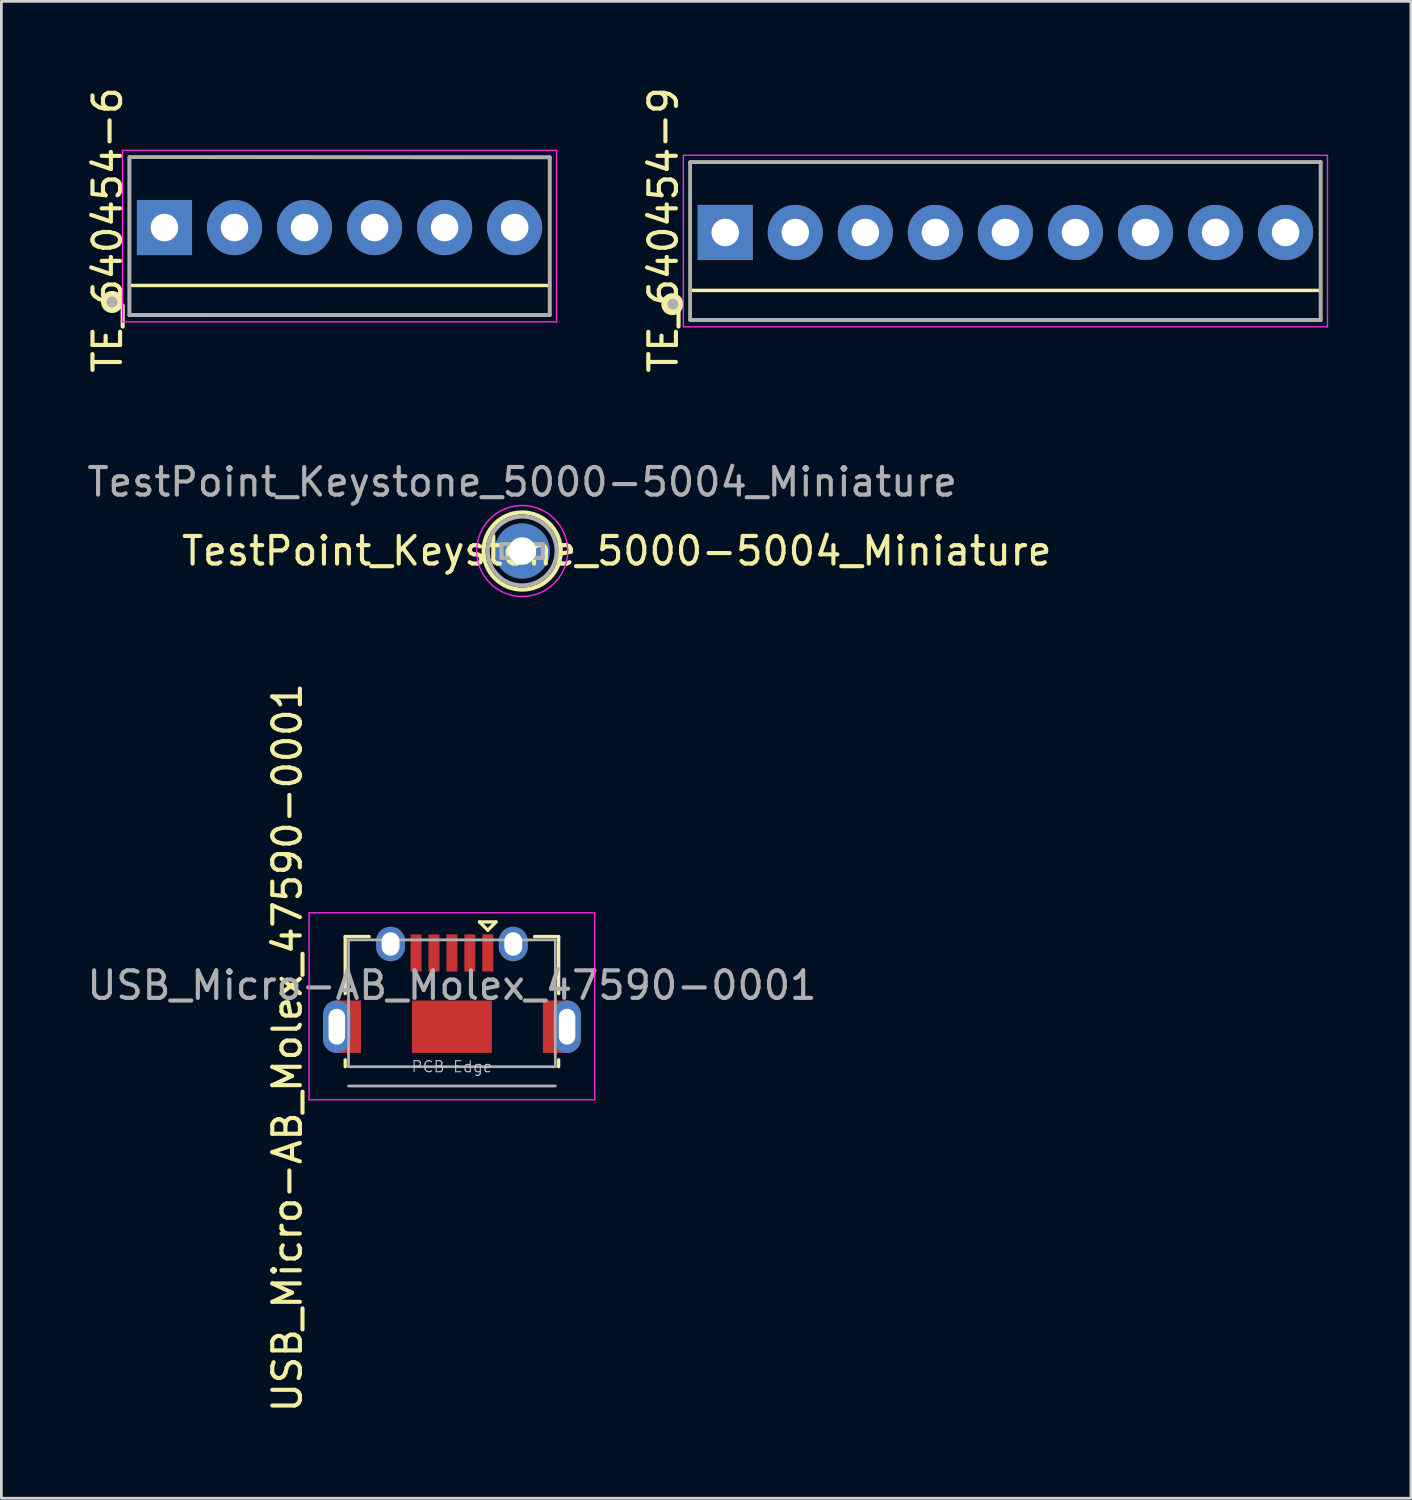
<source format=kicad_pcb>
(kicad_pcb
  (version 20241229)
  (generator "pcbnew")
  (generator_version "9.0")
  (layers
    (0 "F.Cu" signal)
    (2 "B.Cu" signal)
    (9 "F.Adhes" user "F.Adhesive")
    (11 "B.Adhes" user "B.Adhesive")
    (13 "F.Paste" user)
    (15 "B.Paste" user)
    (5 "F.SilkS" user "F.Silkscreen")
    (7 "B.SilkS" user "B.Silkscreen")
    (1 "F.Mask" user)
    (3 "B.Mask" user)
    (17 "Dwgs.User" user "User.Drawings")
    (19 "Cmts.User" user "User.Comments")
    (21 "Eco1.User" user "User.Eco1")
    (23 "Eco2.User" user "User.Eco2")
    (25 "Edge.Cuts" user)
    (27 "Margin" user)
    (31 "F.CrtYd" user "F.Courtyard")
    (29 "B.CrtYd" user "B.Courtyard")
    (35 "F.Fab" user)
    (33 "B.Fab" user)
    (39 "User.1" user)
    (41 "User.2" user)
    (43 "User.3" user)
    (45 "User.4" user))
  (footprint "TE_640454-6"
    (layer "F.Cu")
    (at 2.914 5.202)
    (property "Reference" "TE_640454-6" (at -2.065 0.09 270) (layer "F.SilkS") (effects (font (size 1 1) (thickness 0.15))))
    (attr through_hole)
    (fp_line (start -1.27 3.17) (end -1.27 -2.55) (stroke (width 0.127) (type solid)) (layer "F.SilkS"))
    (fp_line (start 13.97 -2.55) (end -1.27 -2.55) (stroke (width 0.127) (type solid)) (layer "F.SilkS"))
    (fp_line (start 13.97 -2.55) (end 13.97 3.17) (stroke (width 0.127) (type solid)) (layer "F.SilkS"))
    (fp_line (start 13.97 2.1) (end -1.27 2.1) (stroke (width 0.127) (type solid)) (layer "F.SilkS"))
    (fp_line (start 13.97 3.175) (end -1.27 3.17) (stroke (width 0.127) (type solid)) (layer "F.SilkS"))
    (fp_circle (center -1.9 2.7) (end -1.7 2.7) (stroke (width 0.4) (type solid)) (fill no) (layer "F.SilkS"))
    (fp_line (start -1.52 -2.8) (end 14.22 -2.8) (stroke (width 0.05) (type solid)) (layer "F.CrtYd"))
    (fp_line (start -1.52 3.42) (end -1.52 -2.8) (stroke (width 0.05) (type solid)) (layer "F.CrtYd"))
    (fp_line (start 14.22 -2.8) (end 14.22 3.42) (stroke (width 0.05) (type solid)) (layer "F.CrtYd"))
    (fp_line (start 14.22 3.42) (end -1.52 3.42) (stroke (width 0.05) (type solid)) (layer "F.CrtYd"))
    (fp_line (start -1.27 -2.55) (end 13.97 -2.54) (stroke (width 0.127) (type solid)) (layer "F.Fab"))
    (fp_line (start -1.27 3.17) (end -1.27 -2.55) (stroke (width 0.127) (type solid)) (layer "F.Fab"))
    (fp_line (start -1.27 3.17) (end -1.27 3.17) (stroke (width 0.127) (type solid)) (layer "F.Fab"))
    (fp_line (start -1.27 3.17) (end 13.97 3.18) (stroke (width 0.127) (type solid)) (layer "F.Fab"))
    (fp_line (start 13.97 -2.54) (end 13.97 3.18) (stroke (width 0.127) (type solid)) (layer "F.Fab"))
    (fp_line (start 13.97 3.17) (end -1.27 3.17) (stroke (width 0.127) (type solid)) (layer "F.Fab"))
    (fp_circle (center -1.9 2.7) (end -1.8 2.7) (stroke (width 0.2) (type solid)) (fill no) (layer "F.Fab"))
    (pad "1" thru_hole rect (at 0 0) (size 2 2) (drill 1) (layers "*.Cu" "*.Mask"))
    (pad "2" thru_hole circle (at 2.54 0) (size 2 2) (drill 1) (layers "*.Cu" "*.Mask"))
    (pad "3" thru_hole circle (at 5.08 0) (size 2 2) (drill 1) (layers "*.Cu" "*.Mask"))
    (pad "4" thru_hole circle (at 7.62 0) (size 2 2) (drill 1) (layers "*.Cu" "*.Mask"))
    (pad "5" thru_hole circle (at 10.16 0) (size 2 2) (drill 1) (layers "*.Cu" "*.Mask"))
    (pad "6" thru_hole circle (at 12.7 0) (size 2 2) (drill 1) (layers "*.Cu" "*.Mask")))
  (footprint "USB_Micro-AB_Molex_47590-0001"
    (layer "F.Cu")
    (at 13.339 34.184)
    (property "Reference" "USB_Micro-AB_Molex_47590-0001" (at -5.969 0.762 90) (layer "F.SilkS") (effects (font (size 1 1) (thickness 0.15))))
    (attr smd)
    (fp_line (start -3.87 -3.27) (end -3.87 -1.2) (stroke (width 0.12) (type solid)) (layer "F.SilkS"))
    (fp_line (start -3.87 -3.27) (end -3 -3.27) (stroke (width 0.12) (type solid)) (layer "F.SilkS"))
    (fp_line (start -3.87 1.2) (end -3.87 1.45) (stroke (width 0.12) (type solid)) (layer "F.SilkS"))
    (fp_line (start 1 -3.8) (end 1.6 -3.8) (stroke (width 0.12) (type solid)) (layer "F.SilkS"))
    (fp_line (start 1.3 -3.5) (end 1 -3.8) (stroke (width 0.12) (type solid)) (layer "F.SilkS"))
    (fp_line (start 1.3 -3.5) (end 1.6 -3.8) (stroke (width 0.12) (type solid)) (layer "F.SilkS"))
    (fp_line (start 3 -3.27) (end 3.87 -3.27) (stroke (width 0.12) (type solid)) (layer "F.SilkS"))
    (fp_line (start 3.87 -3.27) (end 3.87 -1.2) (stroke (width 0.12) (type solid)) (layer "F.SilkS"))
    (fp_line (start 3.87 1.2) (end 3.87 1.45) (stroke (width 0.12) (type solid)) (layer "F.SilkS"))
    (fp_line (start -5.18 -4.13) (end -5.18 2.65) (stroke (width 0.05) (type solid)) (layer "F.CrtYd"))
    (fp_line (start -5.18 -4.13) (end 5.18 -4.13) (stroke (width 0.05) (type solid)) (layer "F.CrtYd"))
    (fp_line (start -5.18 2.65) (end 5.18 2.65) (stroke (width 0.05) (type solid)) (layer "F.CrtYd"))
    (fp_line (start 5.18 -4.13) (end 5.18 2.65) (stroke (width 0.05) (type solid)) (layer "F.CrtYd"))
    (fp_line (start -3.75 -3.15) (end -3.75 1.45) (stroke (width 0.1) (type solid)) (layer "F.Fab"))
    (fp_line (start -3.75 -3.15) (end 3.75 -3.15) (stroke (width 0.1) (type solid)) (layer "F.Fab"))
    (fp_line (start -3.75 1.45) (end 3.75 1.45) (stroke (width 0.1) (type solid)) (layer "F.Fab"))
    (fp_line (start -3.75 2.15) (end 3.75 2.15) (stroke (width 0.1) (type solid)) (layer "F.Fab"))
    (fp_line (start 3.75 -3.15) (end 3.75 1.45) (stroke (width 0.1) (type solid)) (layer "F.Fab"))
    (fp_text user "PCB Edge" (at 0 1.45 180) (layer "Dwgs.User") (effects (font (size 0.4 0.4) (thickness 0.04))))
    (fp_text user "${REFERENCE}" (at 0 -1.5 180) (layer "F.Fab") (effects (font (size 1 1) (thickness 0.15))))
    (pad "" smd rect (at -3.5 0) (size 0.3 0.85) (layers "F.Paste"))
    (pad "" smd rect (at 3.5 0) (size 0.3 0.85) (layers "F.Paste"))
    (pad "1" smd rect (at 1.3 -2.675) (size 0.4 1.35) (layers "F.Cu" "F.Mask" "F.Paste"))
    (pad "2" smd rect (at 0.65 -2.675) (size 0.4 1.35) (layers "F.Cu" "F.Mask" "F.Paste"))
    (pad "3" smd rect (at 0 -2.675) (size 0.4 1.35) (layers "F.Cu" "F.Mask" "F.Paste"))
    (pad "4" smd rect (at -0.65 -2.675) (size 0.4 1.35) (layers "F.Cu" "F.Mask" "F.Paste"))
    (pad "5" smd rect (at -1.3 -2.675) (size 0.4 1.35) (layers "F.Cu" "F.Mask" "F.Paste"))
    (pad "6" thru_hole oval (at -4.175 0) (size 1 1.9) (drill oval 0.6 1.3) (layers "*.Cu" "*.Mask"))
    (pad "6" smd rect (at -3.737 0) (size 0.875 1.9) (layers "F.Cu" "F.Mask"))
    (pad "6" thru_hole oval (at -2.225 -3) (size 1.05 1.25) (drill oval 0.65 0.85) (layers "*.Cu" "*.Mask"))
    (pad "6" smd rect (at 0 0) (size 2.9 1.9) (layers "F.Cu" "F.Mask" "F.Paste"))
    (pad "6" thru_hole oval (at 2.225 -3) (size 1.05 1.25) (drill oval 0.65 0.85) (layers "*.Cu" "*.Mask"))
    (pad "6" smd rect (at 3.737 0) (size 0.875 1.9) (layers "F.Cu" "F.Mask"))
    (pad "6" thru_hole oval (at 4.175 0) (size 1 1.9) (drill oval 0.6 1.3) (layers "*.Cu" "*.Mask")))
  (footprint "TE_640454-9"
    (layer "F.Cu")
    (at 23.252 5.381)
    (property "Reference" "TE_640454-9" (at -2.245 -0.09 270) (layer "F.SilkS") (effects (font (size 1 1) (thickness 0.15))))
    (attr through_hole)
    (fp_line (start -1.27 3.17) (end -1.27 -2.55) (stroke (width 0.127) (type solid)) (layer "F.SilkS"))
    (fp_line (start 21.59 -2.55) (end -1.27 -2.55) (stroke (width 0.127) (type solid)) (layer "F.SilkS"))
    (fp_line (start 21.59 -2.55) (end 21.59 3.17) (stroke (width 0.127) (type solid)) (layer "F.SilkS"))
    (fp_line (start 21.59 2.1) (end -1.27 2.1) (stroke (width 0.127) (type solid)) (layer "F.SilkS"))
    (fp_line (start 21.59 3.17) (end -1.27 3.17) (stroke (width 0.127) (type solid)) (layer "F.SilkS"))
    (fp_circle (center -1.92 2.6) (end -1.72 2.6) (stroke (width 0.4) (type solid)) (fill no) (layer "F.SilkS"))
    (fp_line (start -1.52 -2.8) (end 21.84 -2.8) (stroke (width 0.05) (type solid)) (layer "F.CrtYd"))
    (fp_line (start -1.52 3.42) (end -1.52 -2.8) (stroke (width 0.05) (type solid)) (layer "F.CrtYd"))
    (fp_line (start 21.84 -2.8) (end 21.84 3.42) (stroke (width 0.05) (type solid)) (layer "F.CrtYd"))
    (fp_line (start 21.84 3.42) (end -1.52 3.42) (stroke (width 0.05) (type solid)) (layer "F.CrtYd"))
    (fp_line (start -1.27 -2.55) (end 21.59 -2.55) (stroke (width 0.127) (type solid)) (layer "F.Fab"))
    (fp_line (start -1.27 3.17) (end -1.27 -2.55) (stroke (width 0.127) (type solid)) (layer "F.Fab"))
    (fp_line (start -1.27 3.17) (end -1.27 3.17) (stroke (width 0.127) (type solid)) (layer "F.Fab"))
    (fp_line (start -1.27 3.17) (end 21.59 3.17) (stroke (width 0.127) (type solid)) (layer "F.Fab"))
    (fp_line (start 21.59 -2.55) (end 21.59 3.17) (stroke (width 0.127) (type solid)) (layer "F.Fab"))
    (fp_line (start 21.59 3.17) (end -1.27 3.17) (stroke (width 0.127) (type solid)) (layer "F.Fab"))
    (fp_line (start 21.59 3.17) (end 21.59 3.17) (stroke (width 0.127) (type solid)) (layer "F.Fab"))
    (fp_circle (center -1.9 2.6) (end -1.8 2.6) (stroke (width 0.2) (type solid)) (fill no) (layer "F.Fab"))
    (pad "1" thru_hole rect (at 0 0) (size 2 2) (drill 1) (layers "*.Cu" "*.Mask"))
    (pad "2" thru_hole circle (at 2.54 0) (size 2 2) (drill 1) (layers "*.Cu" "*.Mask"))
    (pad "3" thru_hole circle (at 5.08 0) (size 2 2) (drill 1) (layers "*.Cu" "*.Mask"))
    (pad "4" thru_hole circle (at 7.62 0) (size 2 2) (drill 1) (layers "*.Cu" "*.Mask"))
    (pad "5" thru_hole circle (at 10.16 0) (size 2 2) (drill 1) (layers "*.Cu" "*.Mask"))
    (pad "6" thru_hole circle (at 12.7 0) (size 2 2) (drill 1) (layers "*.Cu" "*.Mask"))
    (pad "7" thru_hole circle (at 15.24 0) (size 2 2) (drill 1) (layers "*.Cu" "*.Mask"))
    (pad "8" thru_hole circle (at 17.78 0) (size 2 2) (drill 1) (layers "*.Cu" "*.Mask"))
    (pad "9" thru_hole circle (at 20.32 0) (size 2 2) (drill 1) (layers "*.Cu" "*.Mask")))
  (footprint "TestPoint_Keystone_5000-5004_Miniature"
    (layer "F.Cu")
    (at 15.887 16.932)
    (property "Reference" "TestPoint_Keystone_5000-5004_Miniature" (at 3.429 0 0) (layer "F.SilkS") (effects (font (size 1 1) (thickness 0.15))))
    (attr through_hole)
    (fp_circle (center 0 0) (end 1.4 0) (stroke (width 0.15) (type solid)) (fill no) (layer "F.SilkS"))
    (fp_circle (center 0 0) (end 1.65 0) (stroke (width 0.05) (type solid)) (fill no) (layer "F.CrtYd"))
    (fp_line (start -0.75 -0.25) (end 0.75 -0.25) (stroke (width 0.15) (type solid)) (layer "F.Fab"))
    (fp_line (start -0.75 0.25) (end -0.75 -0.25) (stroke (width 0.15) (type solid)) (layer "F.Fab"))
    (fp_line (start 0.75 -0.25) (end 0.75 0.25) (stroke (width 0.15) (type solid)) (layer "F.Fab"))
    (fp_line (start 0.75 0.25) (end -0.75 0.25) (stroke (width 0.15) (type solid)) (layer "F.Fab"))
    (fp_circle (center 0 0) (end 1.25 0) (stroke (width 0.15) (type solid)) (fill no) (layer "F.Fab"))
    (fp_text user "${REFERENCE}" (at 0 -2.5 0) (layer "F.Fab") (effects (font (size 1 1) (thickness 0.15))))
    (pad "1" thru_hole circle (at 0 0) (size 2 2) (drill 1) (layers "*.Cu" "*.Mask")))
  (gr_rect
    (start -3 -3)
    (end 48.117 51.285)
    (stroke (width 0.1) (type default))
    (fill no)
    (layer "Edge.Cuts")))
</source>
